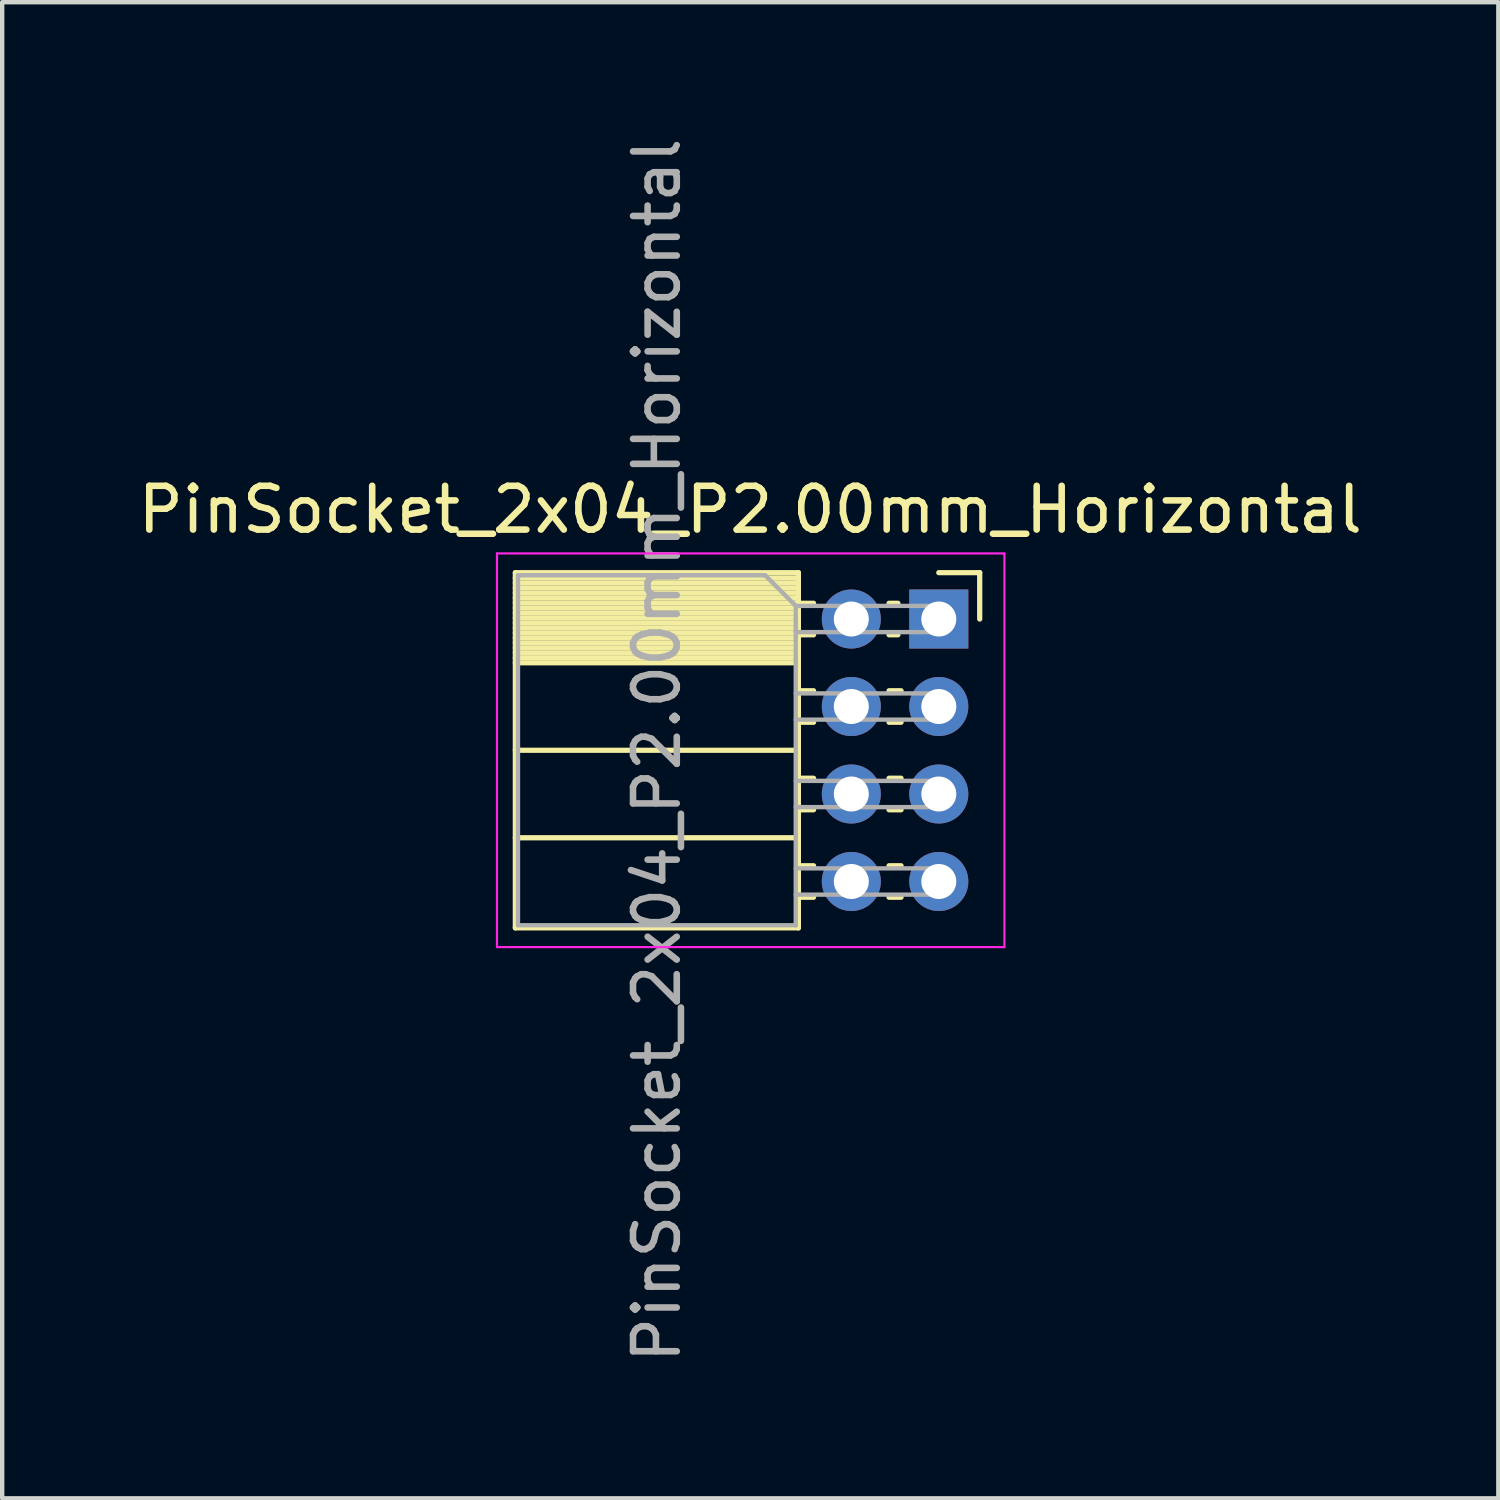
<source format=kicad_pcb>
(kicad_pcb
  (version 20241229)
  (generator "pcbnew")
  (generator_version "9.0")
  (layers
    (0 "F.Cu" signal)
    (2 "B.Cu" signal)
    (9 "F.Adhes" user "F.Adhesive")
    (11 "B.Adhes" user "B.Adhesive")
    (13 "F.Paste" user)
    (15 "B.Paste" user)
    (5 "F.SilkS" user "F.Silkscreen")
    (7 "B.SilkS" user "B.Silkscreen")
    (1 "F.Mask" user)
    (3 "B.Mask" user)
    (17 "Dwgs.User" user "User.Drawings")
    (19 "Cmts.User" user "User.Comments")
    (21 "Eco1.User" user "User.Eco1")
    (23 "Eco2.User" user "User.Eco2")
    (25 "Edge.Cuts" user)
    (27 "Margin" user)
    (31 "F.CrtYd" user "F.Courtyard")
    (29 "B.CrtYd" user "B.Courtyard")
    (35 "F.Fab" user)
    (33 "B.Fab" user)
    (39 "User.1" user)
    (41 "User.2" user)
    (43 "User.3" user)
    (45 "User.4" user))
  (footprint "PinSocket_2x04_P2.00mm_Horizontal"
    (layer "F.Cu")
    (at 18.411 11.101)
    (property "Reference" "PinSocket_2x04_P2.00mm_Horizontal" (at -4.31 -2.5 0) (layer "F.SilkS") (effects (font (size 1 1) (thickness 0.15))))
    (attr through_hole)
    (fp_line (start -9.68 -1.06) (end -9.68 7.06) (stroke (width 0.12) (type solid)) (layer "F.SilkS"))
    (fp_line (start -9.68 -1.06) (end -3.21 -1.06) (stroke (width 0.12) (type solid)) (layer "F.SilkS"))
    (fp_line (start -9.68 -0.94) (end -3.21 -0.94) (stroke (width 0.12) (type solid)) (layer "F.SilkS"))
    (fp_line (start -9.68 -0.826) (end -3.21 -0.826) (stroke (width 0.12) (type solid)) (layer "F.SilkS"))
    (fp_line (start -9.68 -0.712) (end -3.21 -0.712) (stroke (width 0.12) (type solid)) (layer "F.SilkS"))
    (fp_line (start -9.68 -0.598) (end -3.21 -0.598) (stroke (width 0.12) (type solid)) (layer "F.SilkS"))
    (fp_line (start -9.68 -0.484) (end -3.21 -0.484) (stroke (width 0.12) (type solid)) (layer "F.SilkS"))
    (fp_line (start -9.68 -0.369) (end -3.21 -0.369) (stroke (width 0.12) (type solid)) (layer "F.SilkS"))
    (fp_line (start -9.68 -0.255) (end -3.21 -0.255) (stroke (width 0.12) (type solid)) (layer "F.SilkS"))
    (fp_line (start -9.68 -0.141) (end -3.21 -0.141) (stroke (width 0.12) (type solid)) (layer "F.SilkS"))
    (fp_line (start -9.68 -0.027) (end -3.21 -0.027) (stroke (width 0.12) (type solid)) (layer "F.SilkS"))
    (fp_line (start -9.68 0.087) (end -3.21 0.087) (stroke (width 0.12) (type solid)) (layer "F.SilkS"))
    (fp_line (start -9.68 0.201) (end -3.21 0.201) (stroke (width 0.12) (type solid)) (layer "F.SilkS"))
    (fp_line (start -9.68 0.315) (end -3.21 0.315) (stroke (width 0.12) (type solid)) (layer "F.SilkS"))
    (fp_line (start -9.68 0.429) (end -3.21 0.429) (stroke (width 0.12) (type solid)) (layer "F.SilkS"))
    (fp_line (start -9.68 0.544) (end -3.21 0.544) (stroke (width 0.12) (type solid)) (layer "F.SilkS"))
    (fp_line (start -9.68 0.658) (end -3.21 0.658) (stroke (width 0.12) (type solid)) (layer "F.SilkS"))
    (fp_line (start -9.68 0.772) (end -3.21 0.772) (stroke (width 0.12) (type solid)) (layer "F.SilkS"))
    (fp_line (start -9.68 0.886) (end -3.21 0.886) (stroke (width 0.12) (type solid)) (layer "F.SilkS"))
    (fp_line (start -9.68 1) (end -3.21 1) (stroke (width 0.12) (type solid)) (layer "F.SilkS"))
    (fp_line (start -9.68 3) (end -3.21 3) (stroke (width 0.12) (type solid)) (layer "F.SilkS"))
    (fp_line (start -9.68 5) (end -3.21 5) (stroke (width 0.12) (type solid)) (layer "F.SilkS"))
    (fp_line (start -9.68 7.06) (end -3.21 7.06) (stroke (width 0.12) (type solid)) (layer "F.SilkS"))
    (fp_line (start -3.21 -1.06) (end -3.21 7.06) (stroke (width 0.12) (type solid)) (layer "F.SilkS"))
    (fp_line (start -3.21 -0.36) (end -2.863 -0.36) (stroke (width 0.12) (type solid)) (layer "F.SilkS"))
    (fp_line (start -3.21 0.36) (end -2.863 0.36) (stroke (width 0.12) (type solid)) (layer "F.SilkS"))
    (fp_line (start -3.21 1.64) (end -2.863 1.64) (stroke (width 0.12) (type solid)) (layer "F.SilkS"))
    (fp_line (start -3.21 2.36) (end -2.863 2.36) (stroke (width 0.12) (type solid)) (layer "F.SilkS"))
    (fp_line (start -3.21 3.64) (end -2.863 3.64) (stroke (width 0.12) (type solid)) (layer "F.SilkS"))
    (fp_line (start -3.21 4.36) (end -2.863 4.36) (stroke (width 0.12) (type solid)) (layer "F.SilkS"))
    (fp_line (start -3.21 5.64) (end -2.863 5.64) (stroke (width 0.12) (type solid)) (layer "F.SilkS"))
    (fp_line (start -3.21 6.36) (end -2.863 6.36) (stroke (width 0.12) (type solid)) (layer "F.SilkS"))
    (fp_line (start -1.137 -0.36) (end -0.935 -0.36) (stroke (width 0.12) (type solid)) (layer "F.SilkS"))
    (fp_line (start -1.137 0.36) (end -0.935 0.36) (stroke (width 0.12) (type solid)) (layer "F.SilkS"))
    (fp_line (start -1.137 1.64) (end -0.863 1.64) (stroke (width 0.12) (type solid)) (layer "F.SilkS"))
    (fp_line (start -1.137 2.36) (end -0.863 2.36) (stroke (width 0.12) (type solid)) (layer "F.SilkS"))
    (fp_line (start -1.137 3.64) (end -0.863 3.64) (stroke (width 0.12) (type solid)) (layer "F.SilkS"))
    (fp_line (start -1.137 4.36) (end -0.863 4.36) (stroke (width 0.12) (type solid)) (layer "F.SilkS"))
    (fp_line (start -1.137 5.64) (end -0.863 5.64) (stroke (width 0.12) (type solid)) (layer "F.SilkS"))
    (fp_line (start -1.137 6.36) (end -0.863 6.36) (stroke (width 0.12) (type solid)) (layer "F.SilkS"))
    (fp_line (start 0 -1.06) (end 0.935 -1.06) (stroke (width 0.12) (type solid)) (layer "F.SilkS"))
    (fp_line (start 0.935 -1.06) (end 0.935 0) (stroke (width 0.12) (type solid)) (layer "F.SilkS"))
    (fp_line (start -10.1 -1.5) (end -10.1 7.5) (stroke (width 0.05) (type solid)) (layer "F.CrtYd"))
    (fp_line (start -10.1 7.5) (end 1.5 7.5) (stroke (width 0.05) (type solid)) (layer "F.CrtYd"))
    (fp_line (start 1.5 -1.5) (end -10.1 -1.5) (stroke (width 0.05) (type solid)) (layer "F.CrtYd"))
    (fp_line (start 1.5 7.5) (end 1.5 -1.5) (stroke (width 0.05) (type solid)) (layer "F.CrtYd"))
    (fp_line (start -9.62 -1) (end -3.97 -1) (stroke (width 0.1) (type solid)) (layer "F.Fab"))
    (fp_line (start -9.62 7) (end -9.62 -1) (stroke (width 0.1) (type solid)) (layer "F.Fab"))
    (fp_line (start -3.97 -1) (end -3.27 -0.3) (stroke (width 0.1) (type solid)) (layer "F.Fab"))
    (fp_line (start -3.27 -0.3) (end -3.27 7) (stroke (width 0.1) (type solid)) (layer "F.Fab"))
    (fp_line (start -3.27 0.3) (end 0 0.3) (stroke (width 0.1) (type solid)) (layer "F.Fab"))
    (fp_line (start -3.27 2.3) (end 0 2.3) (stroke (width 0.1) (type solid)) (layer "F.Fab"))
    (fp_line (start -3.27 4.3) (end 0 4.3) (stroke (width 0.1) (type solid)) (layer "F.Fab"))
    (fp_line (start -3.27 6.3) (end 0 6.3) (stroke (width 0.1) (type solid)) (layer "F.Fab"))
    (fp_line (start -3.27 7) (end -9.62 7) (stroke (width 0.1) (type solid)) (layer "F.Fab"))
    (fp_line (start 0 -0.3) (end -3.27 -0.3) (stroke (width 0.1) (type solid)) (layer "F.Fab"))
    (fp_line (start 0 0.3) (end 0 -0.3) (stroke (width 0.1) (type solid)) (layer "F.Fab"))
    (fp_line (start 0 1.7) (end -3.27 1.7) (stroke (width 0.1) (type solid)) (layer "F.Fab"))
    (fp_line (start 0 2.3) (end 0 1.7) (stroke (width 0.1) (type solid)) (layer "F.Fab"))
    (fp_line (start 0 3.7) (end -3.27 3.7) (stroke (width 0.1) (type solid)) (layer "F.Fab"))
    (fp_line (start 0 4.3) (end 0 3.7) (stroke (width 0.1) (type solid)) (layer "F.Fab"))
    (fp_line (start 0 5.7) (end -3.27 5.7) (stroke (width 0.1) (type solid)) (layer "F.Fab"))
    (fp_line (start 0 6.3) (end 0 5.7) (stroke (width 0.1) (type solid)) (layer "F.Fab"))
    (fp_text user "${REFERENCE}" (at -6.445 3 90) (layer "F.Fab") (effects (font (size 1 1) (thickness 0.15))))
    (pad "1" thru_hole rect (at 0 0) (size 1.35 1.35) (drill 0.8) (layers "*.Cu" "*.Mask"))
    (pad "2" thru_hole circle (at -2 0) (size 1.35 1.35) (drill 0.8) (layers "*.Cu" "*.Mask"))
    (pad "3" thru_hole circle (at 0 2) (size 1.35 1.35) (drill 0.8) (layers "*.Cu" "*.Mask"))
    (pad "4" thru_hole circle (at -2 2) (size 1.35 1.35) (drill 0.8) (layers "*.Cu" "*.Mask"))
    (pad "5" thru_hole circle (at 0 4) (size 1.35 1.35) (drill 0.8) (layers "*.Cu" "*.Mask"))
    (pad "6" thru_hole circle (at -2 4) (size 1.35 1.35) (drill 0.8) (layers "*.Cu" "*.Mask"))
    (pad "7" thru_hole circle (at 0 6) (size 1.35 1.35) (drill 0.8) (layers "*.Cu" "*.Mask"))
    (pad "8" thru_hole circle (at -2 6) (size 1.35 1.35) (drill 0.8) (layers "*.Cu" "*.Mask")))
  (gr_rect
    (start -3 -3)
    (end 31.202 31.202)
    (stroke (width 0.1) (type default))
    (fill no)
    (layer "Edge.Cuts")))
</source>
